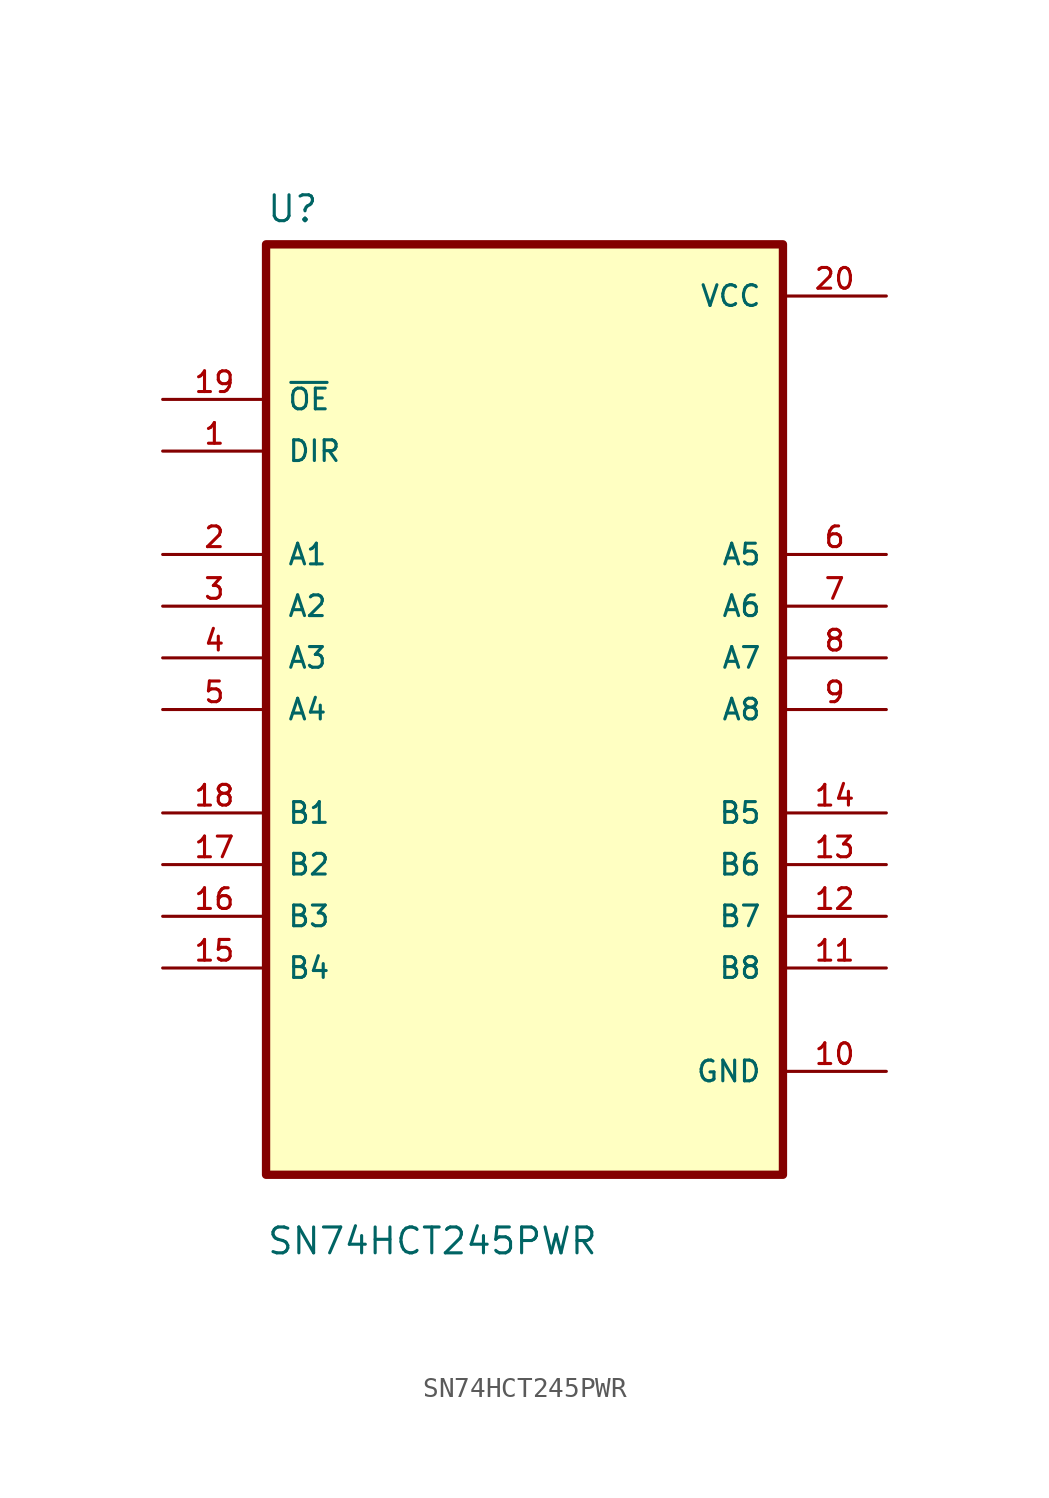
<source format=kicad_sym>
(kicad_symbol_lib
  (version 20211014)
  (generator kicad_symbol_editor)
  (symbol "SN74HCT245PWR"
    (pin_names
      (offset 1.016))
    (property "Reference" "U"
      (at -12.7 23.86 0.0)
      (effects (font (size 1.27 1.27)) (justify bottom left)))
    (property "Value" "SN74HCT245PWR"
      (at -12.7 -26.86 0.0)
      (effects (font (size 1.27 1.27)) (justify bottom left)))
    (symbol "SN74HCT245PWR_0_0"
      (rectangle (start -12.7 -22.86) (end 12.7 22.86) (stroke (width 0.41)) (fill (type background)))
      (pin input line (at -17.78 15.24 0) (length 5.08) (name "~{OE}" (effects (font (size 1.016 1.016)))) (number "19" (effects (font (size 1.016 1.016)))))
      (pin input line (at -17.78 12.7 0) (length 5.08) (name "DIR" (effects (font (size 1.016 1.016)))) (number "1" (effects (font (size 1.016 1.016)))))
      (pin bidirectional line (at -17.78 7.62 0) (length 5.08) (name "A1" (effects (font (size 1.016 1.016)))) (number "2" (effects (font (size 1.016 1.016)))))
      (pin bidirectional line (at -17.78 5.08 0) (length 5.08) (name "A2" (effects (font (size 1.016 1.016)))) (number "3" (effects (font (size 1.016 1.016)))))
      (pin bidirectional line (at -17.78 2.54 0) (length 5.08) (name "A3" (effects (font (size 1.016 1.016)))) (number "4" (effects (font (size 1.016 1.016)))))
      (pin bidirectional line (at -17.78 3.55271e-15 0) (length 5.08) (name "A4" (effects (font (size 1.016 1.016)))) (number "5" (effects (font (size 1.016 1.016)))))
      (pin bidirectional line (at -17.78 -5.08 0) (length 5.08) (name "B1" (effects (font (size 1.016 1.016)))) (number "18" (effects (font (size 1.016 1.016)))))
      (pin bidirectional line (at -17.78 -7.62 0) (length 5.08) (name "B2" (effects (font (size 1.016 1.016)))) (number "17" (effects (font (size 1.016 1.016)))))
      (pin bidirectional line (at -17.78 -10.16 0) (length 5.08) (name "B3" (effects (font (size 1.016 1.016)))) (number "16" (effects (font (size 1.016 1.016)))))
      (pin bidirectional line (at -17.78 -12.7 0) (length 5.08) (name "B4" (effects (font (size 1.016 1.016)))) (number "15" (effects (font (size 1.016 1.016)))))
      (pin power_in line (at 17.78 20.32 180.0) (length 5.08) (name "VCC" (effects (font (size 1.016 1.016)))) (number "20" (effects (font (size 1.016 1.016)))))
      (pin bidirectional line (at 17.78 7.62 180.0) (length 5.08) (name "A5" (effects (font (size 1.016 1.016)))) (number "6" (effects (font (size 1.016 1.016)))))
      (pin bidirectional line (at 17.78 5.08 180.0) (length 5.08) (name "A6" (effects (font (size 1.016 1.016)))) (number "7" (effects (font (size 1.016 1.016)))))
      (pin bidirectional line (at 17.78 2.54 180.0) (length 5.08) (name "A7" (effects (font (size 1.016 1.016)))) (number "8" (effects (font (size 1.016 1.016)))))
      (pin bidirectional line (at 17.78 0.0 180.0) (length 5.08) (name "A8" (effects (font (size 1.016 1.016)))) (number "9" (effects (font (size 1.016 1.016)))))
      (pin bidirectional line (at 17.78 -5.08 180.0) (length 5.08) (name "B5" (effects (font (size 1.016 1.016)))) (number "14" (effects (font (size 1.016 1.016)))))
      (pin bidirectional line (at 17.78 -7.62 180.0) (length 5.08) (name "B6" (effects (font (size 1.016 1.016)))) (number "13" (effects (font (size 1.016 1.016)))))
      (pin bidirectional line (at 17.78 -10.16 180.0) (length 5.08) (name "B7" (effects (font (size 1.016 1.016)))) (number "12" (effects (font (size 1.016 1.016)))))
      (pin bidirectional line (at 17.78 -12.7 180.0) (length 5.08) (name "B8" (effects (font (size 1.016 1.016)))) (number "11" (effects (font (size 1.016 1.016)))))
      (pin power_in line (at 17.78 -17.78 180.0) (length 5.08) (name "GND" (effects (font (size 1.016 1.016)))) (number "10" (effects (font (size 1.016 1.016))))))))
</source>
